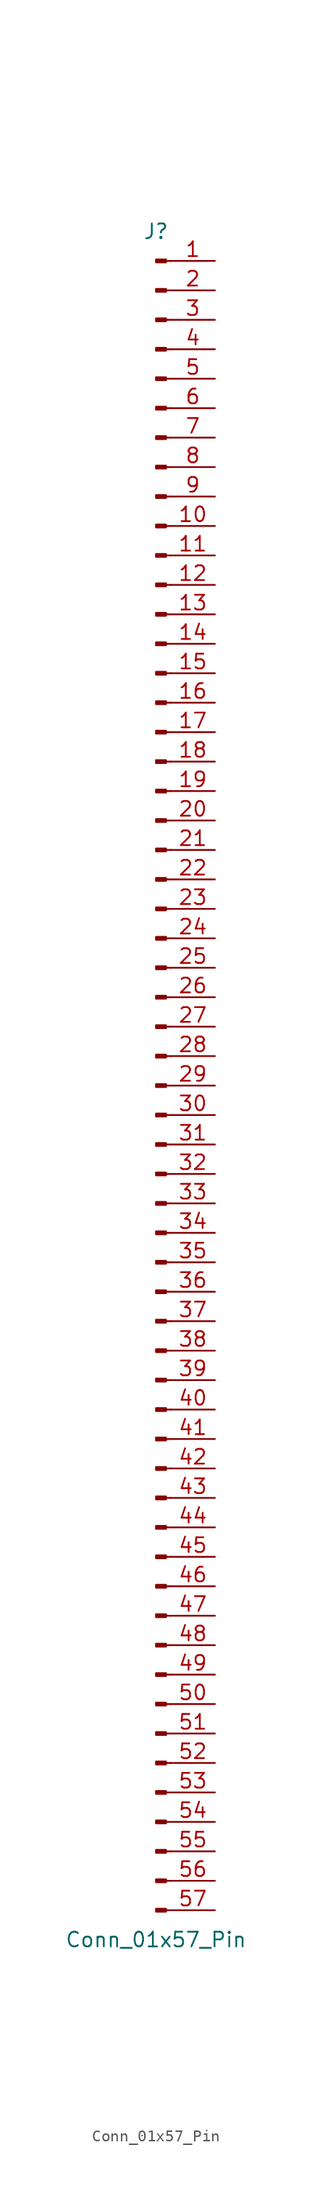
<source format=kicad_sym>
(kicad_symbol_lib
  (version 20220914)
  (generator kicad_symbol_editor)
  (symbol "Conn_01x57_Pin"
    (pin_names
      (offset 1.016) hide)
    (property "Reference" "J"
      (at 0 73.66 0)
      (effects (font (size 1.27 1.27))))
    (property "Value" "Conn_01x57_Pin"
      (at 0 -73.66 0)
      (effects (font (size 1.27 1.27))))
    (property "ki_locked" ""
      (at 0 0 0)
      (effects (font (size 1.27 1.27))))
    (symbol "Conn_01x57_Pin_1_1"
      (polyline (pts (xy 1.27 -71.12) (xy 0.864 -71.12)) (stroke (width 0.152) (type default)) (fill (type none)))
      (polyline (pts (xy 1.27 -68.58) (xy 0.864 -68.58)) (stroke (width 0.152) (type default)) (fill (type none)))
      (polyline (pts (xy 1.27 -66.04) (xy 0.864 -66.04)) (stroke (width 0.152) (type default)) (fill (type none)))
      (polyline (pts (xy 1.27 -63.5) (xy 0.864 -63.5)) (stroke (width 0.152) (type default)) (fill (type none)))
      (polyline (pts (xy 1.27 -60.96) (xy 0.864 -60.96)) (stroke (width 0.152) (type default)) (fill (type none)))
      (polyline (pts (xy 1.27 -58.42) (xy 0.864 -58.42)) (stroke (width 0.152) (type default)) (fill (type none)))
      (polyline (pts (xy 1.27 -55.88) (xy 0.864 -55.88)) (stroke (width 0.152) (type default)) (fill (type none)))
      (polyline (pts (xy 1.27 -53.34) (xy 0.864 -53.34)) (stroke (width 0.152) (type default)) (fill (type none)))
      (polyline (pts (xy 1.27 -50.8) (xy 0.864 -50.8)) (stroke (width 0.152) (type default)) (fill (type none)))
      (polyline (pts (xy 1.27 -48.26) (xy 0.864 -48.26)) (stroke (width 0.152) (type default)) (fill (type none)))
      (polyline (pts (xy 1.27 -45.72) (xy 0.864 -45.72)) (stroke (width 0.152) (type default)) (fill (type none)))
      (polyline (pts (xy 1.27 -43.18) (xy 0.864 -43.18)) (stroke (width 0.152) (type default)) (fill (type none)))
      (polyline (pts (xy 1.27 -40.64) (xy 0.864 -40.64)) (stroke (width 0.152) (type default)) (fill (type none)))
      (polyline (pts (xy 1.27 -38.1) (xy 0.864 -38.1)) (stroke (width 0.152) (type default)) (fill (type none)))
      (polyline (pts (xy 1.27 -35.56) (xy 0.864 -35.56)) (stroke (width 0.152) (type default)) (fill (type none)))
      (polyline (pts (xy 1.27 -33.02) (xy 0.864 -33.02)) (stroke (width 0.152) (type default)) (fill (type none)))
      (polyline (pts (xy 1.27 -30.48) (xy 0.864 -30.48)) (stroke (width 0.152) (type default)) (fill (type none)))
      (polyline (pts (xy 1.27 -27.94) (xy 0.864 -27.94)) (stroke (width 0.152) (type default)) (fill (type none)))
      (polyline (pts (xy 1.27 -25.4) (xy 0.864 -25.4)) (stroke (width 0.152) (type default)) (fill (type none)))
      (polyline (pts (xy 1.27 -22.86) (xy 0.864 -22.86)) (stroke (width 0.152) (type default)) (fill (type none)))
      (polyline (pts (xy 1.27 -20.32) (xy 0.864 -20.32)) (stroke (width 0.152) (type default)) (fill (type none)))
      (polyline (pts (xy 1.27 -17.78) (xy 0.864 -17.78)) (stroke (width 0.152) (type default)) (fill (type none)))
      (polyline (pts (xy 1.27 -15.24) (xy 0.864 -15.24)) (stroke (width 0.152) (type default)) (fill (type none)))
      (polyline (pts (xy 1.27 -12.7) (xy 0.864 -12.7)) (stroke (width 0.152) (type default)) (fill (type none)))
      (polyline (pts (xy 1.27 -10.16) (xy 0.864 -10.16)) (stroke (width 0.152) (type default)) (fill (type none)))
      (polyline (pts (xy 1.27 -7.62) (xy 0.864 -7.62)) (stroke (width 0.152) (type default)) (fill (type none)))
      (polyline (pts (xy 1.27 -5.08) (xy 0.864 -5.08)) (stroke (width 0.152) (type default)) (fill (type none)))
      (polyline (pts (xy 1.27 -2.54) (xy 0.864 -2.54)) (stroke (width 0.152) (type default)) (fill (type none)))
      (polyline (pts (xy 1.27 0) (xy 0.864 0)) (stroke (width 0.152) (type default)) (fill (type none)))
      (polyline (pts (xy 1.27 2.54) (xy 0.864 2.54)) (stroke (width 0.152) (type default)) (fill (type none)))
      (polyline (pts (xy 1.27 5.08) (xy 0.864 5.08)) (stroke (width 0.152) (type default)) (fill (type none)))
      (polyline (pts (xy 1.27 7.62) (xy 0.864 7.62)) (stroke (width 0.152) (type default)) (fill (type none)))
      (polyline (pts (xy 1.27 10.16) (xy 0.864 10.16)) (stroke (width 0.152) (type default)) (fill (type none)))
      (polyline (pts (xy 1.27 12.7) (xy 0.864 12.7)) (stroke (width 0.152) (type default)) (fill (type none)))
      (polyline (pts (xy 1.27 15.24) (xy 0.864 15.24)) (stroke (width 0.152) (type default)) (fill (type none)))
      (polyline (pts (xy 1.27 17.78) (xy 0.864 17.78)) (stroke (width 0.152) (type default)) (fill (type none)))
      (polyline (pts (xy 1.27 20.32) (xy 0.864 20.32)) (stroke (width 0.152) (type default)) (fill (type none)))
      (polyline (pts (xy 1.27 22.86) (xy 0.864 22.86)) (stroke (width 0.152) (type default)) (fill (type none)))
      (polyline (pts (xy 1.27 25.4) (xy 0.864 25.4)) (stroke (width 0.152) (type default)) (fill (type none)))
      (polyline (pts (xy 1.27 27.94) (xy 0.864 27.94)) (stroke (width 0.152) (type default)) (fill (type none)))
      (polyline (pts (xy 1.27 30.48) (xy 0.864 30.48)) (stroke (width 0.152) (type default)) (fill (type none)))
      (polyline (pts (xy 1.27 33.02) (xy 0.864 33.02)) (stroke (width 0.152) (type default)) (fill (type none)))
      (polyline (pts (xy 1.27 35.56) (xy 0.864 35.56)) (stroke (width 0.152) (type default)) (fill (type none)))
      (polyline (pts (xy 1.27 38.1) (xy 0.864 38.1)) (stroke (width 0.152) (type default)) (fill (type none)))
      (polyline (pts (xy 1.27 40.64) (xy 0.864 40.64)) (stroke (width 0.152) (type default)) (fill (type none)))
      (polyline (pts (xy 1.27 43.18) (xy 0.864 43.18)) (stroke (width 0.152) (type default)) (fill (type none)))
      (polyline (pts (xy 1.27 45.72) (xy 0.864 45.72)) (stroke (width 0.152) (type default)) (fill (type none)))
      (polyline (pts (xy 1.27 48.26) (xy 0.864 48.26)) (stroke (width 0.152) (type default)) (fill (type none)))
      (polyline (pts (xy 1.27 50.8) (xy 0.864 50.8)) (stroke (width 0.152) (type default)) (fill (type none)))
      (polyline (pts (xy 1.27 53.34) (xy 0.864 53.34)) (stroke (width 0.152) (type default)) (fill (type none)))
      (polyline (pts (xy 1.27 55.88) (xy 0.864 55.88)) (stroke (width 0.152) (type default)) (fill (type none)))
      (polyline (pts (xy 1.27 58.42) (xy 0.864 58.42)) (stroke (width 0.152) (type default)) (fill (type none)))
      (polyline (pts (xy 1.27 60.96) (xy 0.864 60.96)) (stroke (width 0.152) (type default)) (fill (type none)))
      (polyline (pts (xy 1.27 63.5) (xy 0.864 63.5)) (stroke (width 0.152) (type default)) (fill (type none)))
      (polyline (pts (xy 1.27 66.04) (xy 0.864 66.04)) (stroke (width 0.152) (type default)) (fill (type none)))
      (polyline (pts (xy 1.27 68.58) (xy 0.864 68.58)) (stroke (width 0.152) (type default)) (fill (type none)))
      (polyline (pts (xy 1.27 71.12) (xy 0.864 71.12)) (stroke (width 0.152) (type default)) (fill (type none)))
      (rectangle (start 0.864 -70.993) (end 0 -71.247) (stroke (width 0.152) (type default)) (fill (type outline)))
      (rectangle (start 0.864 -68.453) (end 0 -68.707) (stroke (width 0.152) (type default)) (fill (type outline)))
      (rectangle (start 0.864 -65.913) (end 0 -66.167) (stroke (width 0.152) (type default)) (fill (type outline)))
      (rectangle (start 0.864 -63.373) (end 0 -63.627) (stroke (width 0.152) (type default)) (fill (type outline)))
      (rectangle (start 0.864 -60.833) (end 0 -61.087) (stroke (width 0.152) (type default)) (fill (type outline)))
      (rectangle (start 0.864 -58.293) (end 0 -58.547) (stroke (width 0.152) (type default)) (fill (type outline)))
      (rectangle (start 0.864 -55.753) (end 0 -56.007) (stroke (width 0.152) (type default)) (fill (type outline)))
      (rectangle (start 0.864 -53.213) (end 0 -53.467) (stroke (width 0.152) (type default)) (fill (type outline)))
      (rectangle (start 0.864 -50.673) (end 0 -50.927) (stroke (width 0.152) (type default)) (fill (type outline)))
      (rectangle (start 0.864 -48.133) (end 0 -48.387) (stroke (width 0.152) (type default)) (fill (type outline)))
      (rectangle (start 0.864 -45.593) (end 0 -45.847) (stroke (width 0.152) (type default)) (fill (type outline)))
      (rectangle (start 0.864 -43.053) (end 0 -43.307) (stroke (width 0.152) (type default)) (fill (type outline)))
      (rectangle (start 0.864 -40.513) (end 0 -40.767) (stroke (width 0.152) (type default)) (fill (type outline)))
      (rectangle (start 0.864 -37.973) (end 0 -38.227) (stroke (width 0.152) (type default)) (fill (type outline)))
      (rectangle (start 0.864 -35.433) (end 0 -35.687) (stroke (width 0.152) (type default)) (fill (type outline)))
      (rectangle (start 0.864 -32.893) (end 0 -33.147) (stroke (width 0.152) (type default)) (fill (type outline)))
      (rectangle (start 0.864 -30.353) (end 0 -30.607) (stroke (width 0.152) (type default)) (fill (type outline)))
      (rectangle (start 0.864 -27.813) (end 0 -28.067) (stroke (width 0.152) (type default)) (fill (type outline)))
      (rectangle (start 0.864 -25.273) (end 0 -25.527) (stroke (width 0.152) (type default)) (fill (type outline)))
      (rectangle (start 0.864 -22.733) (end 0 -22.987) (stroke (width 0.152) (type default)) (fill (type outline)))
      (rectangle (start 0.864 -20.193) (end 0 -20.447) (stroke (width 0.152) (type default)) (fill (type outline)))
      (rectangle (start 0.864 -17.653) (end 0 -17.907) (stroke (width 0.152) (type default)) (fill (type outline)))
      (rectangle (start 0.864 -15.113) (end 0 -15.367) (stroke (width 0.152) (type default)) (fill (type outline)))
      (rectangle (start 0.864 -12.573) (end 0 -12.827) (stroke (width 0.152) (type default)) (fill (type outline)))
      (rectangle (start 0.864 -10.033) (end 0 -10.287) (stroke (width 0.152) (type default)) (fill (type outline)))
      (rectangle (start 0.864 -7.493) (end 0 -7.747) (stroke (width 0.152) (type default)) (fill (type outline)))
      (rectangle (start 0.864 -4.953) (end 0 -5.207) (stroke (width 0.152) (type default)) (fill (type outline)))
      (rectangle (start 0.864 -2.413) (end 0 -2.667) (stroke (width 0.152) (type default)) (fill (type outline)))
      (rectangle (start 0.864 0.127) (end 0 -0.127) (stroke (width 0.152) (type default)) (fill (type outline)))
      (rectangle (start 0.864 2.667) (end 0 2.413) (stroke (width 0.152) (type default)) (fill (type outline)))
      (rectangle (start 0.864 5.207) (end 0 4.953) (stroke (width 0.152) (type default)) (fill (type outline)))
      (rectangle (start 0.864 7.747) (end 0 7.493) (stroke (width 0.152) (type default)) (fill (type outline)))
      (rectangle (start 0.864 10.287) (end 0 10.033) (stroke (width 0.152) (type default)) (fill (type outline)))
      (rectangle (start 0.864 12.827) (end 0 12.573) (stroke (width 0.152) (type default)) (fill (type outline)))
      (rectangle (start 0.864 15.367) (end 0 15.113) (stroke (width 0.152) (type default)) (fill (type outline)))
      (rectangle (start 0.864 17.907) (end 0 17.653) (stroke (width 0.152) (type default)) (fill (type outline)))
      (rectangle (start 0.864 20.447) (end 0 20.193) (stroke (width 0.152) (type default)) (fill (type outline)))
      (rectangle (start 0.864 22.987) (end 0 22.733) (stroke (width 0.152) (type default)) (fill (type outline)))
      (rectangle (start 0.864 25.527) (end 0 25.273) (stroke (width 0.152) (type default)) (fill (type outline)))
      (rectangle (start 0.864 28.067) (end 0 27.813) (stroke (width 0.152) (type default)) (fill (type outline)))
      (rectangle (start 0.864 30.607) (end 0 30.353) (stroke (width 0.152) (type default)) (fill (type outline)))
      (rectangle (start 0.864 33.147) (end 0 32.893) (stroke (width 0.152) (type default)) (fill (type outline)))
      (rectangle (start 0.864 35.687) (end 0 35.433) (stroke (width 0.152) (type default)) (fill (type outline)))
      (rectangle (start 0.864 38.227) (end 0 37.973) (stroke (width 0.152) (type default)) (fill (type outline)))
      (rectangle (start 0.864 40.767) (end 0 40.513) (stroke (width 0.152) (type default)) (fill (type outline)))
      (rectangle (start 0.864 43.307) (end 0 43.053) (stroke (width 0.152) (type default)) (fill (type outline)))
      (rectangle (start 0.864 45.847) (end 0 45.593) (stroke (width 0.152) (type default)) (fill (type outline)))
      (rectangle (start 0.864 48.387) (end 0 48.133) (stroke (width 0.152) (type default)) (fill (type outline)))
      (rectangle (start 0.864 50.927) (end 0 50.673) (stroke (width 0.152) (type default)) (fill (type outline)))
      (rectangle (start 0.864 53.467) (end 0 53.213) (stroke (width 0.152) (type default)) (fill (type outline)))
      (rectangle (start 0.864 56.007) (end 0 55.753) (stroke (width 0.152) (type default)) (fill (type outline)))
      (rectangle (start 0.864 58.547) (end 0 58.293) (stroke (width 0.152) (type default)) (fill (type outline)))
      (rectangle (start 0.864 61.087) (end 0 60.833) (stroke (width 0.152) (type default)) (fill (type outline)))
      (rectangle (start 0.864 63.627) (end 0 63.373) (stroke (width 0.152) (type default)) (fill (type outline)))
      (rectangle (start 0.864 66.167) (end 0 65.913) (stroke (width 0.152) (type default)) (fill (type outline)))
      (rectangle (start 0.864 68.707) (end 0 68.453) (stroke (width 0.152) (type default)) (fill (type outline)))
      (rectangle (start 0.864 71.247) (end 0 70.993) (stroke (width 0.152) (type default)) (fill (type outline)))
      (pin passive line (at 5.08 71.12 180) (length 3.81) (name "Pin_1" (effects (font (size 1.27 1.27)))) (number "1" (effects (font (size 1.27 1.27)))))
      (pin passive line (at 5.08 48.26 180) (length 3.81) (name "Pin_10" (effects (font (size 1.27 1.27)))) (number "10" (effects (font (size 1.27 1.27)))))
      (pin passive line (at 5.08 45.72 180) (length 3.81) (name "Pin_11" (effects (font (size 1.27 1.27)))) (number "11" (effects (font (size 1.27 1.27)))))
      (pin passive line (at 5.08 43.18 180) (length 3.81) (name "Pin_12" (effects (font (size 1.27 1.27)))) (number "12" (effects (font (size 1.27 1.27)))))
      (pin passive line (at 5.08 40.64 180) (length 3.81) (name "Pin_13" (effects (font (size 1.27 1.27)))) (number "13" (effects (font (size 1.27 1.27)))))
      (pin passive line (at 5.08 38.1 180) (length 3.81) (name "Pin_14" (effects (font (size 1.27 1.27)))) (number "14" (effects (font (size 1.27 1.27)))))
      (pin passive line (at 5.08 35.56 180) (length 3.81) (name "Pin_15" (effects (font (size 1.27 1.27)))) (number "15" (effects (font (size 1.27 1.27)))))
      (pin passive line (at 5.08 33.02 180) (length 3.81) (name "Pin_16" (effects (font (size 1.27 1.27)))) (number "16" (effects (font (size 1.27 1.27)))))
      (pin passive line (at 5.08 30.48 180) (length 3.81) (name "Pin_17" (effects (font (size 1.27 1.27)))) (number "17" (effects (font (size 1.27 1.27)))))
      (pin passive line (at 5.08 27.94 180) (length 3.81) (name "Pin_18" (effects (font (size 1.27 1.27)))) (number "18" (effects (font (size 1.27 1.27)))))
      (pin passive line (at 5.08 25.4 180) (length 3.81) (name "Pin_19" (effects (font (size 1.27 1.27)))) (number "19" (effects (font (size 1.27 1.27)))))
      (pin passive line (at 5.08 68.58 180) (length 3.81) (name "Pin_2" (effects (font (size 1.27 1.27)))) (number "2" (effects (font (size 1.27 1.27)))))
      (pin passive line (at 5.08 22.86 180) (length 3.81) (name "Pin_20" (effects (font (size 1.27 1.27)))) (number "20" (effects (font (size 1.27 1.27)))))
      (pin passive line (at 5.08 20.32 180) (length 3.81) (name "Pin_21" (effects (font (size 1.27 1.27)))) (number "21" (effects (font (size 1.27 1.27)))))
      (pin passive line (at 5.08 17.78 180) (length 3.81) (name "Pin_22" (effects (font (size 1.27 1.27)))) (number "22" (effects (font (size 1.27 1.27)))))
      (pin passive line (at 5.08 15.24 180) (length 3.81) (name "Pin_23" (effects (font (size 1.27 1.27)))) (number "23" (effects (font (size 1.27 1.27)))))
      (pin passive line (at 5.08 12.7 180) (length 3.81) (name "Pin_24" (effects (font (size 1.27 1.27)))) (number "24" (effects (font (size 1.27 1.27)))))
      (pin passive line (at 5.08 10.16 180) (length 3.81) (name "Pin_25" (effects (font (size 1.27 1.27)))) (number "25" (effects (font (size 1.27 1.27)))))
      (pin passive line (at 5.08 7.62 180) (length 3.81) (name "Pin_26" (effects (font (size 1.27 1.27)))) (number "26" (effects (font (size 1.27 1.27)))))
      (pin passive line (at 5.08 5.08 180) (length 3.81) (name "Pin_27" (effects (font (size 1.27 1.27)))) (number "27" (effects (font (size 1.27 1.27)))))
      (pin passive line (at 5.08 2.54 180) (length 3.81) (name "Pin_28" (effects (font (size 1.27 1.27)))) (number "28" (effects (font (size 1.27 1.27)))))
      (pin passive line (at 5.08 0 180) (length 3.81) (name "Pin_29" (effects (font (size 1.27 1.27)))) (number "29" (effects (font (size 1.27 1.27)))))
      (pin passive line (at 5.08 66.04 180) (length 3.81) (name "Pin_3" (effects (font (size 1.27 1.27)))) (number "3" (effects (font (size 1.27 1.27)))))
      (pin passive line (at 5.08 -2.54 180) (length 3.81) (name "Pin_30" (effects (font (size 1.27 1.27)))) (number "30" (effects (font (size 1.27 1.27)))))
      (pin passive line (at 5.08 -5.08 180) (length 3.81) (name "Pin_31" (effects (font (size 1.27 1.27)))) (number "31" (effects (font (size 1.27 1.27)))))
      (pin passive line (at 5.08 -7.62 180) (length 3.81) (name "Pin_32" (effects (font (size 1.27 1.27)))) (number "32" (effects (font (size 1.27 1.27)))))
      (pin passive line (at 5.08 -10.16 180) (length 3.81) (name "Pin_33" (effects (font (size 1.27 1.27)))) (number "33" (effects (font (size 1.27 1.27)))))
      (pin passive line (at 5.08 -12.7 180) (length 3.81) (name "Pin_34" (effects (font (size 1.27 1.27)))) (number "34" (effects (font (size 1.27 1.27)))))
      (pin passive line (at 5.08 -15.24 180) (length 3.81) (name "Pin_35" (effects (font (size 1.27 1.27)))) (number "35" (effects (font (size 1.27 1.27)))))
      (pin passive line (at 5.08 -17.78 180) (length 3.81) (name "Pin_36" (effects (font (size 1.27 1.27)))) (number "36" (effects (font (size 1.27 1.27)))))
      (pin passive line (at 5.08 -20.32 180) (length 3.81) (name "Pin_37" (effects (font (size 1.27 1.27)))) (number "37" (effects (font (size 1.27 1.27)))))
      (pin passive line (at 5.08 -22.86 180) (length 3.81) (name "Pin_38" (effects (font (size 1.27 1.27)))) (number "38" (effects (font (size 1.27 1.27)))))
      (pin passive line (at 5.08 -25.4 180) (length 3.81) (name "Pin_39" (effects (font (size 1.27 1.27)))) (number "39" (effects (font (size 1.27 1.27)))))
      (pin passive line (at 5.08 63.5 180) (length 3.81) (name "Pin_4" (effects (font (size 1.27 1.27)))) (number "4" (effects (font (size 1.27 1.27)))))
      (pin passive line (at 5.08 -27.94 180) (length 3.81) (name "Pin_40" (effects (font (size 1.27 1.27)))) (number "40" (effects (font (size 1.27 1.27)))))
      (pin passive line (at 5.08 -30.48 180) (length 3.81) (name "Pin_41" (effects (font (size 1.27 1.27)))) (number "41" (effects (font (size 1.27 1.27)))))
      (pin passive line (at 5.08 -33.02 180) (length 3.81) (name "Pin_42" (effects (font (size 1.27 1.27)))) (number "42" (effects (font (size 1.27 1.27)))))
      (pin passive line (at 5.08 -35.56 180) (length 3.81) (name "Pin_43" (effects (font (size 1.27 1.27)))) (number "43" (effects (font (size 1.27 1.27)))))
      (pin passive line (at 5.08 -38.1 180) (length 3.81) (name "Pin_44" (effects (font (size 1.27 1.27)))) (number "44" (effects (font (size 1.27 1.27)))))
      (pin passive line (at 5.08 -40.64 180) (length 3.81) (name "Pin_45" (effects (font (size 1.27 1.27)))) (number "45" (effects (font (size 1.27 1.27)))))
      (pin passive line (at 5.08 -43.18 180) (length 3.81) (name "Pin_46" (effects (font (size 1.27 1.27)))) (number "46" (effects (font (size 1.27 1.27)))))
      (pin passive line (at 5.08 -45.72 180) (length 3.81) (name "Pin_47" (effects (font (size 1.27 1.27)))) (number "47" (effects (font (size 1.27 1.27)))))
      (pin passive line (at 5.08 -48.26 180) (length 3.81) (name "Pin_48" (effects (font (size 1.27 1.27)))) (number "48" (effects (font (size 1.27 1.27)))))
      (pin passive line (at 5.08 -50.8 180) (length 3.81) (name "Pin_49" (effects (font (size 1.27 1.27)))) (number "49" (effects (font (size 1.27 1.27)))))
      (pin passive line (at 5.08 60.96 180) (length 3.81) (name "Pin_5" (effects (font (size 1.27 1.27)))) (number "5" (effects (font (size 1.27 1.27)))))
      (pin passive line (at 5.08 -53.34 180) (length 3.81) (name "Pin_50" (effects (font (size 1.27 1.27)))) (number "50" (effects (font (size 1.27 1.27)))))
      (pin passive line (at 5.08 -55.88 180) (length 3.81) (name "Pin_51" (effects (font (size 1.27 1.27)))) (number "51" (effects (font (size 1.27 1.27)))))
      (pin passive line (at 5.08 -58.42 180) (length 3.81) (name "Pin_52" (effects (font (size 1.27 1.27)))) (number "52" (effects (font (size 1.27 1.27)))))
      (pin passive line (at 5.08 -60.96 180) (length 3.81) (name "Pin_53" (effects (font (size 1.27 1.27)))) (number "53" (effects (font (size 1.27 1.27)))))
      (pin passive line (at 5.08 -63.5 180) (length 3.81) (name "Pin_54" (effects (font (size 1.27 1.27)))) (number "54" (effects (font (size 1.27 1.27)))))
      (pin passive line (at 5.08 -66.04 180) (length 3.81) (name "Pin_55" (effects (font (size 1.27 1.27)))) (number "55" (effects (font (size 1.27 1.27)))))
      (pin passive line (at 5.08 -68.58 180) (length 3.81) (name "Pin_56" (effects (font (size 1.27 1.27)))) (number "56" (effects (font (size 1.27 1.27)))))
      (pin passive line (at 5.08 -71.12 180) (length 3.81) (name "Pin_57" (effects (font (size 1.27 1.27)))) (number "57" (effects (font (size 1.27 1.27)))))
      (pin passive line (at 5.08 58.42 180) (length 3.81) (name "Pin_6" (effects (font (size 1.27 1.27)))) (number "6" (effects (font (size 1.27 1.27)))))
      (pin passive line (at 5.08 55.88 180) (length 3.81) (name "Pin_7" (effects (font (size 1.27 1.27)))) (number "7" (effects (font (size 1.27 1.27)))))
      (pin passive line (at 5.08 53.34 180) (length 3.81) (name "Pin_8" (effects (font (size 1.27 1.27)))) (number "8" (effects (font (size 1.27 1.27)))))
      (pin passive line (at 5.08 50.8 180) (length 3.81) (name "Pin_9" (effects (font (size 1.27 1.27)))) (number "9" (effects (font (size 1.27 1.27))))))))
</source>
